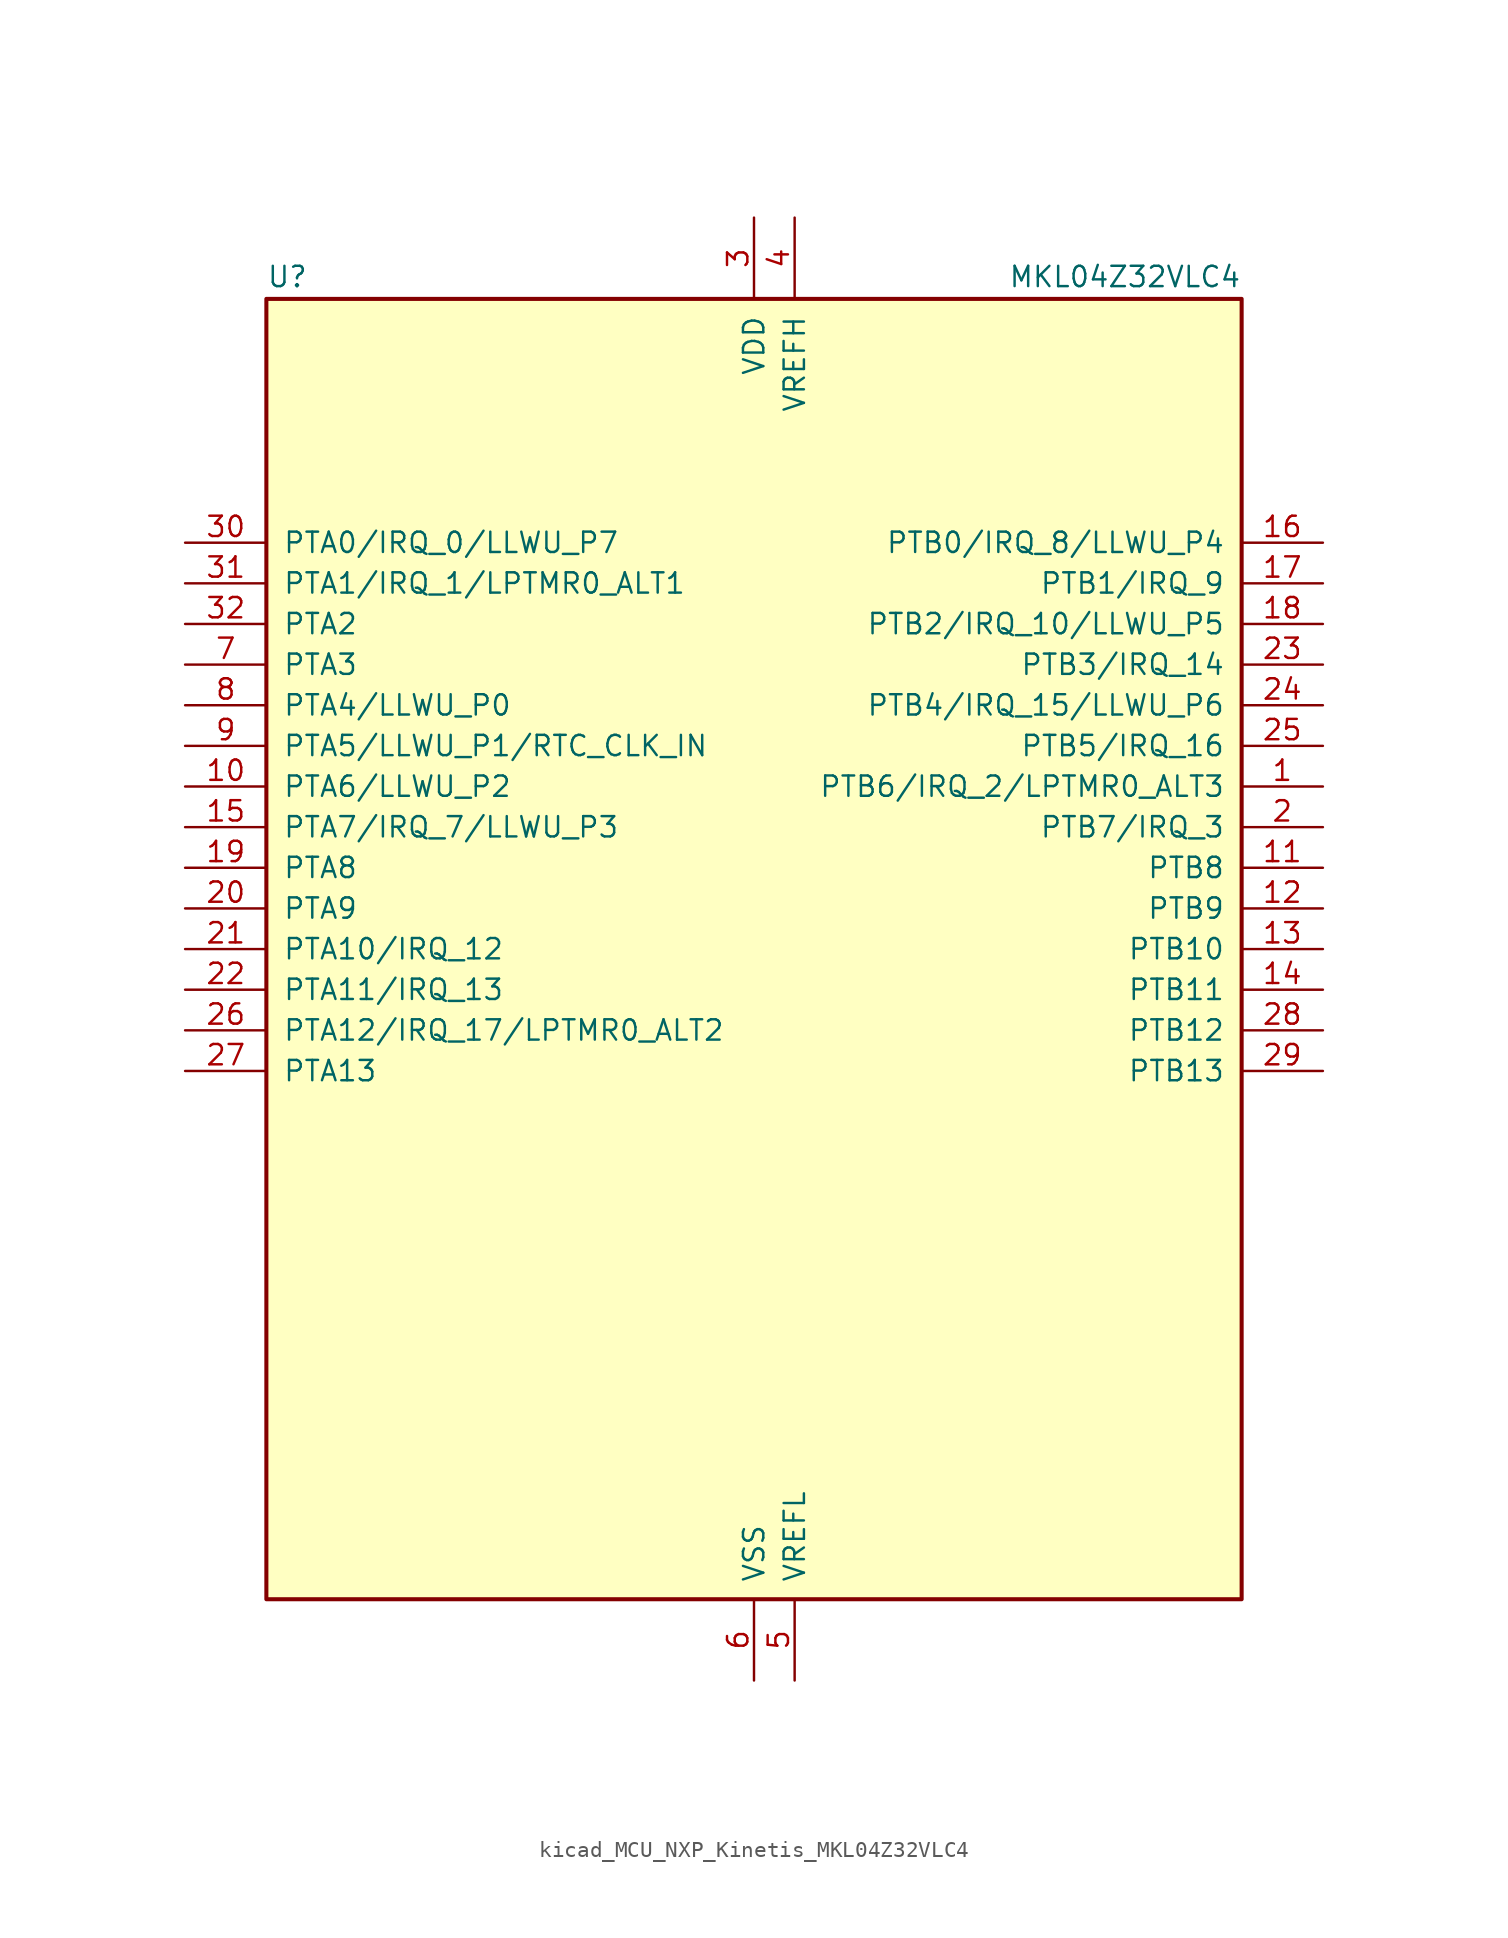
<source format=kicad_sym>
(kicad_symbol_lib
  (version 20220914)
  (generator kicad_symbol_editor)
  (symbol "kicad_MCU_NXP_Kinetis_MKL04Z32VLC4"
    (pin_names
      (offset 1.016))
    (property "Reference" "U"
      (at -30.48 41.275 0)
      (effects (font (size 1.27 1.27)) (justify left bottom)))
    (property "Value" "MKL04Z32VLC4"
      (at 30.48 41.275 0)
      (effects (font (size 1.27 1.27)) (justify right bottom)))
    (symbol "kicad_MCU_NXP_Kinetis_MKL04Z32VLC4_0_1"
      (rectangle (start -30.48 40.64) (end 30.48 -40.64) (stroke (width 0.254) (type default)) (fill (type background))))
    (symbol "kicad_MCU_NXP_Kinetis_MKL04Z32VLC4_1_1"
      (pin bidirectional line (at 35.56 10.16 180) (length 5.08) (name "PTB6/IRQ_2/LPTMR0_ALT3" (effects (font (size 1.27 1.27)))) (number "1" (effects (font (size 1.27 1.27)))))
      (pin bidirectional line (at -35.56 10.16 0) (length 5.08) (name "PTA6/LLWU_P2" (effects (font (size 1.27 1.27)))) (number "10" (effects (font (size 1.27 1.27)))))
      (pin bidirectional line (at 35.56 5.08 180) (length 5.08) (name "PTB8" (effects (font (size 1.27 1.27)))) (number "11" (effects (font (size 1.27 1.27)))))
      (pin bidirectional line (at 35.56 2.54 180) (length 5.08) (name "PTB9" (effects (font (size 1.27 1.27)))) (number "12" (effects (font (size 1.27 1.27)))))
      (pin bidirectional line (at 35.56 0 180) (length 5.08) (name "PTB10" (effects (font (size 1.27 1.27)))) (number "13" (effects (font (size 1.27 1.27)))))
      (pin bidirectional line (at 35.56 -2.54 180) (length 5.08) (name "PTB11" (effects (font (size 1.27 1.27)))) (number "14" (effects (font (size 1.27 1.27)))))
      (pin bidirectional line (at -35.56 7.62 0) (length 5.08) (name "PTA7/IRQ_7/LLWU_P3" (effects (font (size 1.27 1.27)))) (number "15" (effects (font (size 1.27 1.27)))))
      (pin bidirectional line (at 35.56 25.4 180) (length 5.08) (name "PTB0/IRQ_8/LLWU_P4" (effects (font (size 1.27 1.27)))) (number "16" (effects (font (size 1.27 1.27)))))
      (pin bidirectional line (at 35.56 22.86 180) (length 5.08) (name "PTB1/IRQ_9" (effects (font (size 1.27 1.27)))) (number "17" (effects (font (size 1.27 1.27)))))
      (pin bidirectional line (at 35.56 20.32 180) (length 5.08) (name "PTB2/IRQ_10/LLWU_P5" (effects (font (size 1.27 1.27)))) (number "18" (effects (font (size 1.27 1.27)))))
      (pin bidirectional line (at -35.56 5.08 0) (length 5.08) (name "PTA8" (effects (font (size 1.27 1.27)))) (number "19" (effects (font (size 1.27 1.27)))))
      (pin bidirectional line (at 35.56 7.62 180) (length 5.08) (name "PTB7/IRQ_3" (effects (font (size 1.27 1.27)))) (number "2" (effects (font (size 1.27 1.27)))))
      (pin bidirectional line (at -35.56 2.54 0) (length 5.08) (name "PTA9" (effects (font (size 1.27 1.27)))) (number "20" (effects (font (size 1.27 1.27)))))
      (pin bidirectional line (at -35.56 0 0) (length 5.08) (name "PTA10/IRQ_12" (effects (font (size 1.27 1.27)))) (number "21" (effects (font (size 1.27 1.27)))))
      (pin bidirectional line (at -35.56 -2.54 0) (length 5.08) (name "PTA11/IRQ_13" (effects (font (size 1.27 1.27)))) (number "22" (effects (font (size 1.27 1.27)))))
      (pin bidirectional line (at 35.56 17.78 180) (length 5.08) (name "PTB3/IRQ_14" (effects (font (size 1.27 1.27)))) (number "23" (effects (font (size 1.27 1.27)))))
      (pin bidirectional line (at 35.56 15.24 180) (length 5.08) (name "PTB4/IRQ_15/LLWU_P6" (effects (font (size 1.27 1.27)))) (number "24" (effects (font (size 1.27 1.27)))))
      (pin bidirectional line (at 35.56 12.7 180) (length 5.08) (name "PTB5/IRQ_16" (effects (font (size 1.27 1.27)))) (number "25" (effects (font (size 1.27 1.27)))))
      (pin bidirectional line (at -35.56 -5.08 0) (length 5.08) (name "PTA12/IRQ_17/LPTMR0_ALT2" (effects (font (size 1.27 1.27)))) (number "26" (effects (font (size 1.27 1.27)))))
      (pin bidirectional line (at -35.56 -7.62 0) (length 5.08) (name "PTA13" (effects (font (size 1.27 1.27)))) (number "27" (effects (font (size 1.27 1.27)))))
      (pin bidirectional line (at 35.56 -5.08 180) (length 5.08) (name "PTB12" (effects (font (size 1.27 1.27)))) (number "28" (effects (font (size 1.27 1.27)))))
      (pin bidirectional line (at 35.56 -7.62 180) (length 5.08) (name "PTB13" (effects (font (size 1.27 1.27)))) (number "29" (effects (font (size 1.27 1.27)))))
      (pin power_in line (at 0 45.72 270) (length 5.08) (name "VDD" (effects (font (size 1.27 1.27)))) (number "3" (effects (font (size 1.27 1.27)))))
      (pin bidirectional line (at -35.56 25.4 0) (length 5.08) (name "PTA0/IRQ_0/LLWU_P7" (effects (font (size 1.27 1.27)))) (number "30" (effects (font (size 1.27 1.27)))))
      (pin bidirectional line (at -35.56 22.86 0) (length 5.08) (name "PTA1/IRQ_1/LPTMR0_ALT1" (effects (font (size 1.27 1.27)))) (number "31" (effects (font (size 1.27 1.27)))))
      (pin bidirectional line (at -35.56 20.32 0) (length 5.08) (name "PTA2" (effects (font (size 1.27 1.27)))) (number "32" (effects (font (size 1.27 1.27)))))
      (pin power_in line (at 2.54 45.72 270) (length 5.08) (name "VREFH" (effects (font (size 1.27 1.27)))) (number "4" (effects (font (size 1.27 1.27)))))
      (pin power_in line (at 2.54 -45.72 90) (length 5.08) (name "VREFL" (effects (font (size 1.27 1.27)))) (number "5" (effects (font (size 1.27 1.27)))))
      (pin power_in line (at 0 -45.72 90) (length 5.08) (name "VSS" (effects (font (size 1.27 1.27)))) (number "6" (effects (font (size 1.27 1.27)))))
      (pin bidirectional line (at -35.56 17.78 0) (length 5.08) (name "PTA3" (effects (font (size 1.27 1.27)))) (number "7" (effects (font (size 1.27 1.27)))))
      (pin bidirectional line (at -35.56 15.24 0) (length 5.08) (name "PTA4/LLWU_P0" (effects (font (size 1.27 1.27)))) (number "8" (effects (font (size 1.27 1.27)))))
      (pin bidirectional line (at -35.56 12.7 0) (length 5.08) (name "PTA5/LLWU_P1/RTC_CLK_IN" (effects (font (size 1.27 1.27)))) (number "9" (effects (font (size 1.27 1.27))))))))
</source>
